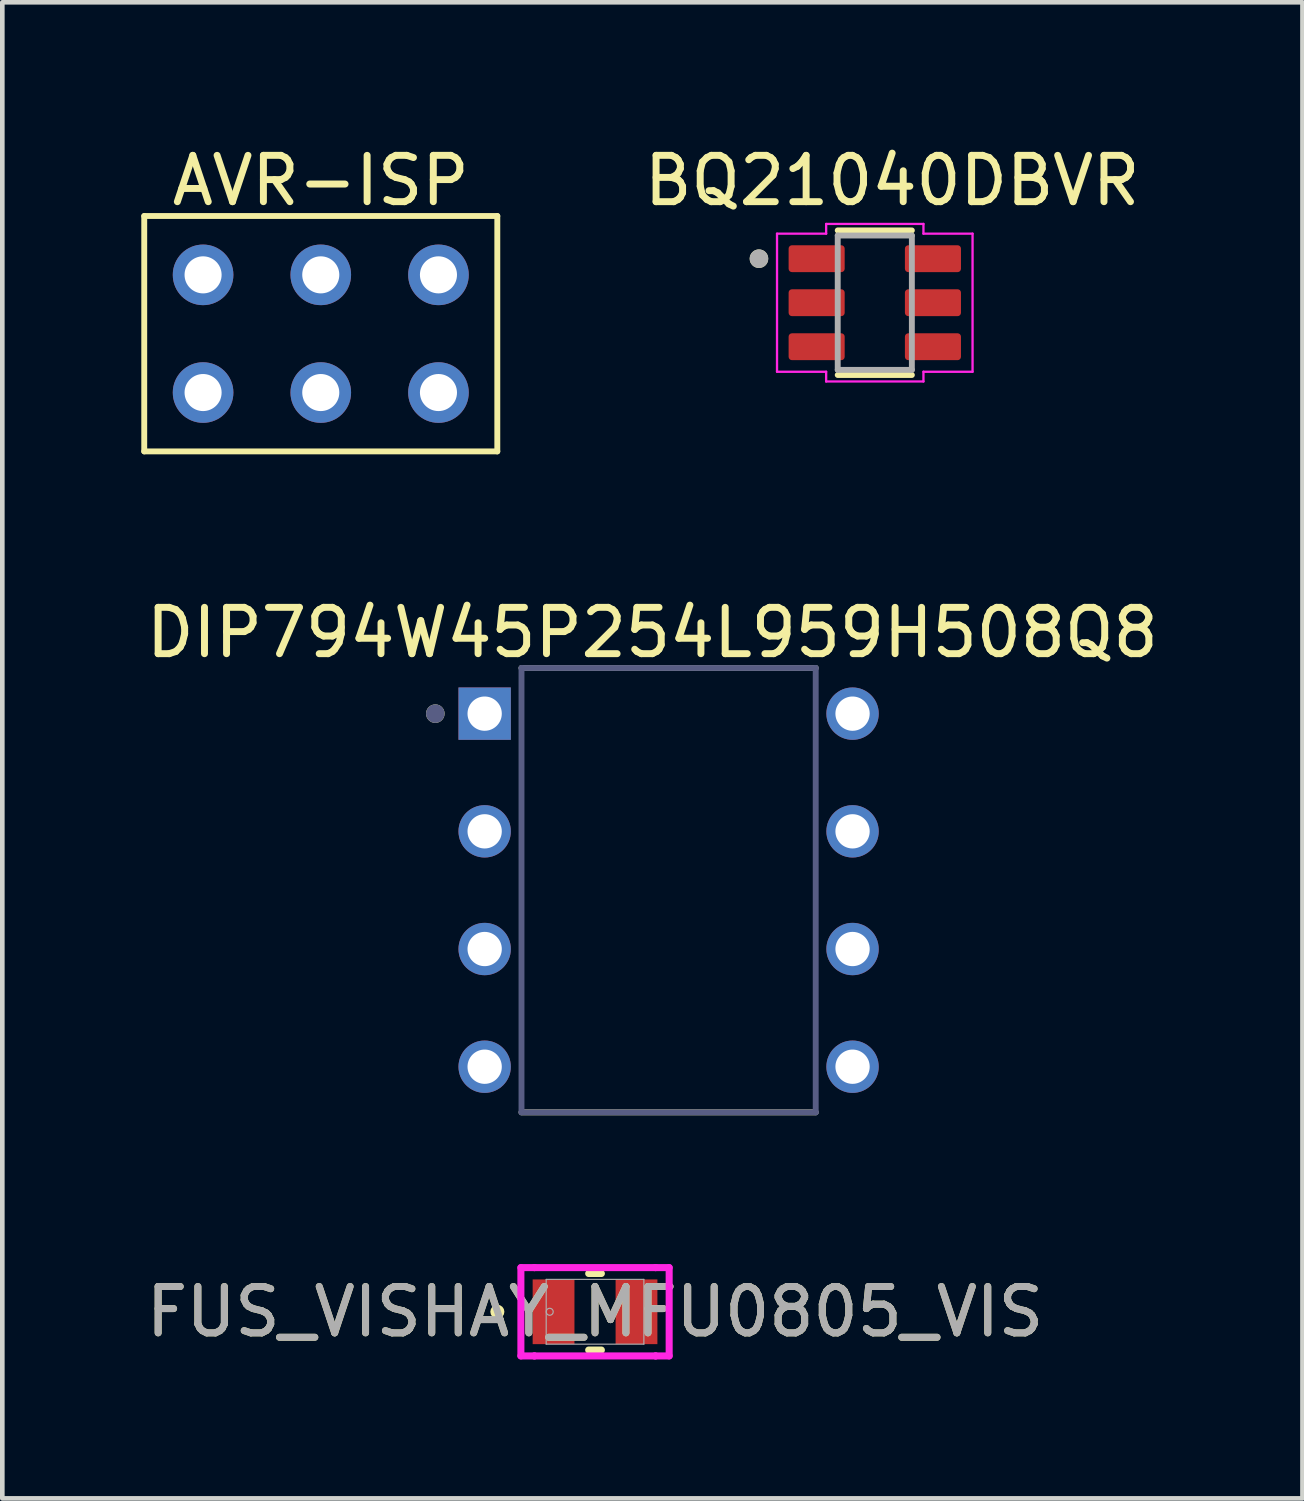
<source format=kicad_pcb>
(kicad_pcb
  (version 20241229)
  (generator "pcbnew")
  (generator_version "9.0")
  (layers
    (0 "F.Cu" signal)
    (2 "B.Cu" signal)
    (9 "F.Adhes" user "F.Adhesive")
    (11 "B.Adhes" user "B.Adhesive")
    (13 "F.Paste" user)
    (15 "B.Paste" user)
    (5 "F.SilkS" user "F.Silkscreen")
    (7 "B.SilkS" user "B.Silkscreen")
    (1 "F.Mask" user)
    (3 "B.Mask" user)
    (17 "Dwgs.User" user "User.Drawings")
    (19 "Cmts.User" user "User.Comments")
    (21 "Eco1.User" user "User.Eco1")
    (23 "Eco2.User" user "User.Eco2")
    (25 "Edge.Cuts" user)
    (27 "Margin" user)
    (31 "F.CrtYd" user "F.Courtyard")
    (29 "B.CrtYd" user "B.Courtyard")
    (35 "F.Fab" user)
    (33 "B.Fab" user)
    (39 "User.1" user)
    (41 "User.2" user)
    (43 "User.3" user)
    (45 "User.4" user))
  (footprint "BQ21040DBVR"
    (layer "F.Cu")
    (at 15.83 3.483)
    (property "Reference" "BQ21040DBVR" (at 0.375 -2.635 0) (layer "F.SilkS") (effects (font (size 1 1) (thickness 0.15))))
    (attr smd)
    (fp_line (start -0.8 1.56) (end 0.8 1.56) (stroke (width 0.127) (type solid)) (layer "F.SilkS"))
    (fp_line (start 0.8 -1.56) (end -0.8 -1.56) (stroke (width 0.127) (type solid)) (layer "F.SilkS"))
    (fp_circle (center -2.5 -0.95) (end -2.4 -0.95) (stroke (width 0.2) (type solid)) (fill no) (layer "F.SilkS"))
    (fp_line (start -2.11 -1.49) (end -2.11 1.49) (stroke (width 0.05) (type solid)) (layer "F.CrtYd"))
    (fp_line (start -2.11 -1.49) (end -1.05 -1.49) (stroke (width 0.05) (type solid)) (layer "F.CrtYd"))
    (fp_line (start -2.11 1.49) (end -1.05 1.49) (stroke (width 0.05) (type solid)) (layer "F.CrtYd"))
    (fp_line (start -1.05 -1.49) (end -1.05 -1.7) (stroke (width 0.05) (type solid)) (layer "F.CrtYd"))
    (fp_line (start -1.05 1.49) (end -1.05 1.7) (stroke (width 0.05) (type solid)) (layer "F.CrtYd"))
    (fp_line (start -1.05 1.7) (end 1.05 1.7) (stroke (width 0.05) (type solid)) (layer "F.CrtYd"))
    (fp_line (start 1.05 -1.7) (end -1.05 -1.7) (stroke (width 0.05) (type solid)) (layer "F.CrtYd"))
    (fp_line (start 1.05 -1.49) (end 1.05 -1.7) (stroke (width 0.05) (type solid)) (layer "F.CrtYd"))
    (fp_line (start 1.05 1.49) (end 1.05 1.7) (stroke (width 0.05) (type solid)) (layer "F.CrtYd"))
    (fp_line (start 2.11 -1.49) (end 1.05 -1.49) (stroke (width 0.05) (type solid)) (layer "F.CrtYd"))
    (fp_line (start 2.11 1.49) (end 1.05 1.49) (stroke (width 0.05) (type solid)) (layer "F.CrtYd"))
    (fp_line (start 2.11 1.49) (end 2.11 -1.49) (stroke (width 0.05) (type solid)) (layer "F.CrtYd"))
    (fp_line (start -0.8 -1.45) (end -0.8 1.45) (stroke (width 0.127) (type solid)) (layer "F.Fab"))
    (fp_line (start -0.8 1.45) (end 0.8 1.45) (stroke (width 0.127) (type solid)) (layer "F.Fab"))
    (fp_line (start 0.8 -1.45) (end -0.8 -1.45) (stroke (width 0.127) (type solid)) (layer "F.Fab"))
    (fp_line (start 0.8 1.45) (end 0.8 -1.45) (stroke (width 0.127) (type solid)) (layer "F.Fab"))
    (fp_circle (center -2.5 -0.95) (end -2.4 -0.95) (stroke (width 0.2) (type solid)) (fill no) (layer "F.Fab"))
    (pad "1" smd roundrect (at -1.255 -0.95) (size 1.21 0.58) (layers "F.Cu" "F.Mask" "F.Paste") (roundrect_rratio 0.125))
    (pad "2" smd roundrect (at -1.255 0) (size 1.21 0.58) (layers "F.Cu" "F.Mask" "F.Paste") (roundrect_rratio 0.125))
    (pad "3" smd roundrect (at -1.255 0.95) (size 1.21 0.58) (layers "F.Cu" "F.Mask" "F.Paste") (roundrect_rratio 0.125))
    (pad "4" smd roundrect (at 1.255 0.95) (size 1.21 0.58) (layers "F.Cu" "F.Mask" "F.Paste") (roundrect_rratio 0.125))
    (pad "5" smd roundrect (at 1.255 0) (size 1.21 0.58) (layers "F.Cu" "F.Mask" "F.Paste") (roundrect_rratio 0.125))
    (pad "6" smd roundrect (at 1.255 -0.95) (size 1.21 0.58) (layers "F.Cu" "F.Mask" "F.Paste") (roundrect_rratio 0.125)))
  (footprint "AVR-ISP"
    (layer "F.Cu")
    (at 3.873 4.152)
    (property "Reference" "AVR-ISP" (at 0 -3.304 0) (layer "F.SilkS") (effects (font (size 1 1) (thickness 0.15))))
    (fp_line (start -3.81 -2.54) (end 3.81 -2.54) (stroke (width 0.127) (type solid)) (layer "F.SilkS"))
    (fp_line (start -3.81 2.54) (end -3.81 -2.54) (stroke (width 0.127) (type solid)) (layer "F.SilkS"))
    (fp_line (start -3.81 2.54) (end 3.81 2.54) (stroke (width 0.127) (type solid)) (layer "F.SilkS"))
    (fp_line (start 3.81 2.54) (end 3.81 -2.54) (stroke (width 0.127) (type solid)) (layer "F.SilkS"))
    (pad "GND" thru_hole circle (at 2.54 -1.27) (size 1.308 1.308) (drill 0.8) (layers "*.Cu" "*.Mask"))
    (pad "MISO" thru_hole circle (at -2.54 1.27) (size 1.308 1.308) (drill 0.8) (layers "*.Cu" "*.Mask"))
    (pad "MOSI" thru_hole circle (at 0 -1.27) (size 1.308 1.308) (drill 0.8) (layers "*.Cu" "*.Mask"))
    (pad "RST" thru_hole circle (at 2.54 1.27) (size 1.308 1.308) (drill 0.8) (layers "*.Cu" "*.Mask"))
    (pad "SCK" thru_hole circle (at 0 1.27) (size 1.308 1.308) (drill 0.8) (layers "*.Cu" "*.Mask"))
    (pad "VCC" thru_hole circle (at -2.54 -1.27) (size 1.308 1.308) (drill 0.8) (layers "*.Cu" "*.Mask")))
  (footprint "FUS_VISHAY_MFU0805_VIS"
    (layer "F.Cu")
    (at 9.792 25.261)
    (property "Reference" "FUS_VISHAY_MFU0805_VIS" (at 0 0 0) (unlocked yes) (layer "F.SilkS") (effects (font (size 1 1) (thickness 0.15))))
    (attr smd)
    (fp_line (start -0.137 0.826) (end 0.137 0.826) (stroke (width 0.152) (type solid)) (layer "F.SilkS"))
    (fp_line (start 0.137 -0.826) (end -0.137 -0.826) (stroke (width 0.152) (type solid)) (layer "F.SilkS"))
    (fp_circle (center -2.108 0) (end -2.032 0) (stroke (width 0.152) (type solid)) (fill no) (layer "F.SilkS"))
    (fp_line (start -1.6 -0.953) (end -1.308 -0.953) (stroke (width 0.152) (type solid)) (layer "F.CrtYd"))
    (fp_line (start -1.6 0.953) (end -1.6 -0.953) (stroke (width 0.152) (type solid)) (layer "F.CrtYd"))
    (fp_line (start -1.308 -0.953) (end -1.308 -0.953) (stroke (width 0.152) (type solid)) (layer "F.CrtYd"))
    (fp_line (start -1.308 -0.953) (end 1.308 -0.953) (stroke (width 0.152) (type solid)) (layer "F.CrtYd"))
    (fp_line (start -1.308 0.953) (end -1.6 0.953) (stroke (width 0.152) (type solid)) (layer "F.CrtYd"))
    (fp_line (start -1.308 0.953) (end -1.308 0.953) (stroke (width 0.152) (type solid)) (layer "F.CrtYd"))
    (fp_line (start 1.308 -0.953) (end 1.308 -0.953) (stroke (width 0.152) (type solid)) (layer "F.CrtYd"))
    (fp_line (start 1.308 -0.953) (end 1.6 -0.953) (stroke (width 0.152) (type solid)) (layer "F.CrtYd"))
    (fp_line (start 1.308 0.953) (end -1.308 0.953) (stroke (width 0.152) (type solid)) (layer "F.CrtYd"))
    (fp_line (start 1.308 0.953) (end 1.308 0.953) (stroke (width 0.152) (type solid)) (layer "F.CrtYd"))
    (fp_line (start 1.6 -0.953) (end 1.6 0.953) (stroke (width 0.152) (type solid)) (layer "F.CrtYd"))
    (fp_line (start 1.6 0.953) (end 1.308 0.953) (stroke (width 0.152) (type solid)) (layer "F.CrtYd"))
    (fp_line (start -1.054 -0.699) (end -1.054 0.699) (stroke (width 0.025) (type solid)) (layer "F.Fab"))
    (fp_line (start -1.054 0.699) (end 1.054 0.699) (stroke (width 0.025) (type solid)) (layer "F.Fab"))
    (fp_line (start 1.054 -0.699) (end -1.054 -0.699) (stroke (width 0.025) (type solid)) (layer "F.Fab"))
    (fp_line (start 1.054 0.699) (end 1.054 -0.699) (stroke (width 0.025) (type solid)) (layer "F.Fab"))
    (fp_circle (center -0.978 0) (end -0.902 0) (stroke (width 0.025) (type solid)) (fill no) (layer "F.Fab"))
    (fp_text user "${REFERENCE}" (at 0 0 0) (unlocked yes) (layer "F.Fab") (effects (font (size 1 1) (thickness 0.15))))
    (pad "1" smd rect (at -0.895 0) (size 0.902 1.397) (layers "F.Cu" "F.Mask" "F.Paste"))
    (pad "2" smd rect (at 0.895 0) (size 0.902 1.397) (layers "F.Cu" "F.Mask" "F.Paste"))
    (zone (net_name "") (layer "F.Cu") (hatch full 0.508) (connect_pads) (min_thickness 0.254) (filled_areas_thickness no) (keepout (tracks not_allowed) (vias not_allowed) (pads allowed) (copperpour not_allowed) (footprints allowed)) (placement (enabled no)) (fill) (polygon (pts (xy 9.398 24.613) (xy 10.185 24.613) (xy 10.185 25.908) (xy 9.398 25.908)))))
  (footprint "DIP794W45P254L959H508Q8"
    (layer "F.Cu")
    (at 11.38 16.162)
    (property "Reference" "DIP794W45P254L959H508Q8" (at -0.35 -5.559 0) (layer "F.SilkS") (effects (font (size 1 1) (thickness 0.15))))
    (fp_line (start -3.175 -4.795) (end 3.175 -4.795) (stroke (width 0.127) (type solid)) (layer "F.SilkS"))
    (fp_line (start -3.175 4.795) (end 3.175 4.795) (stroke (width 0.127) (type solid)) (layer "F.SilkS"))
    (fp_circle (center -5.035 -3.81) (end -5.035 -3.91) (stroke (width 0.2) (type solid)) (fill no) (layer "F.SilkS"))
    (fp_line (start -4.785 -5.045) (end 4.785 -5.045) (stroke (width 0.05) (type solid)) (layer "Eco2.User"))
    (fp_line (start -4.785 5.045) (end -4.785 -5.045) (stroke (width 0.05) (type solid)) (layer "Eco2.User"))
    (fp_line (start -4.785 5.045) (end 4.785 5.045) (stroke (width 0.05) (type solid)) (layer "Eco2.User"))
    (fp_line (start 4.785 5.045) (end 4.785 -5.045) (stroke (width 0.05) (type solid)) (layer "Eco2.User"))
    (fp_line (start -3.175 -4.795) (end 3.175 -4.795) (stroke (width 0.127) (type solid)) (layer "B.Fab"))
    (fp_line (start -3.175 4.795) (end -3.175 -4.795) (stroke (width 0.127) (type solid)) (layer "B.Fab"))
    (fp_line (start -3.175 4.795) (end 3.175 4.795) (stroke (width 0.127) (type solid)) (layer "B.Fab"))
    (fp_line (start 3.175 4.795) (end 3.175 -4.795) (stroke (width 0.127) (type solid)) (layer "B.Fab"))
    (fp_circle (center -5.035 -3.81) (end -5.035 -3.91) (stroke (width 0.2) (type solid)) (fill no) (layer "B.Fab"))
    (pad "1" thru_hole rect (at -3.97 -3.81) (size 1.13 1.13) (drill 0.74) (layers "*.Cu" "*.Mask") (padstack (mode front_inner_back) (layer "Inner" (shape circle) (size 1.13 1.13)) (layer "B.Cu" (shape rect) (size 1.13 1.13))))
    (pad "2" thru_hole circle (at -3.97 -1.27) (size 1.13 1.13) (drill 0.74) (layers "*.Cu" "*.Mask"))
    (pad "3" thru_hole circle (at -3.97 1.27) (size 1.13 1.13) (drill 0.74) (layers "*.Cu" "*.Mask"))
    (pad "4" thru_hole circle (at -3.97 3.81) (size 1.13 1.13) (drill 0.74) (layers "*.Cu" "*.Mask"))
    (pad "5" thru_hole circle (at 3.97 3.81) (size 1.13 1.13) (drill 0.74) (layers "*.Cu" "*.Mask"))
    (pad "6" thru_hole circle (at 3.97 1.27) (size 1.13 1.13) (drill 0.74) (layers "*.Cu" "*.Mask"))
    (pad "7" thru_hole circle (at 3.97 -1.27) (size 1.13 1.13) (drill 0.74) (layers "*.Cu" "*.Mask"))
    (pad "8" thru_hole circle (at 3.97 -3.81) (size 1.13 1.13) (drill 0.74) (layers "*.Cu" "*.Mask")))
  (gr_rect
    (start -3 -3)
    (end 25.06 29.289)
    (stroke (width 0.1) (type default))
    (fill no)
    (layer "Edge.Cuts")))
</source>
